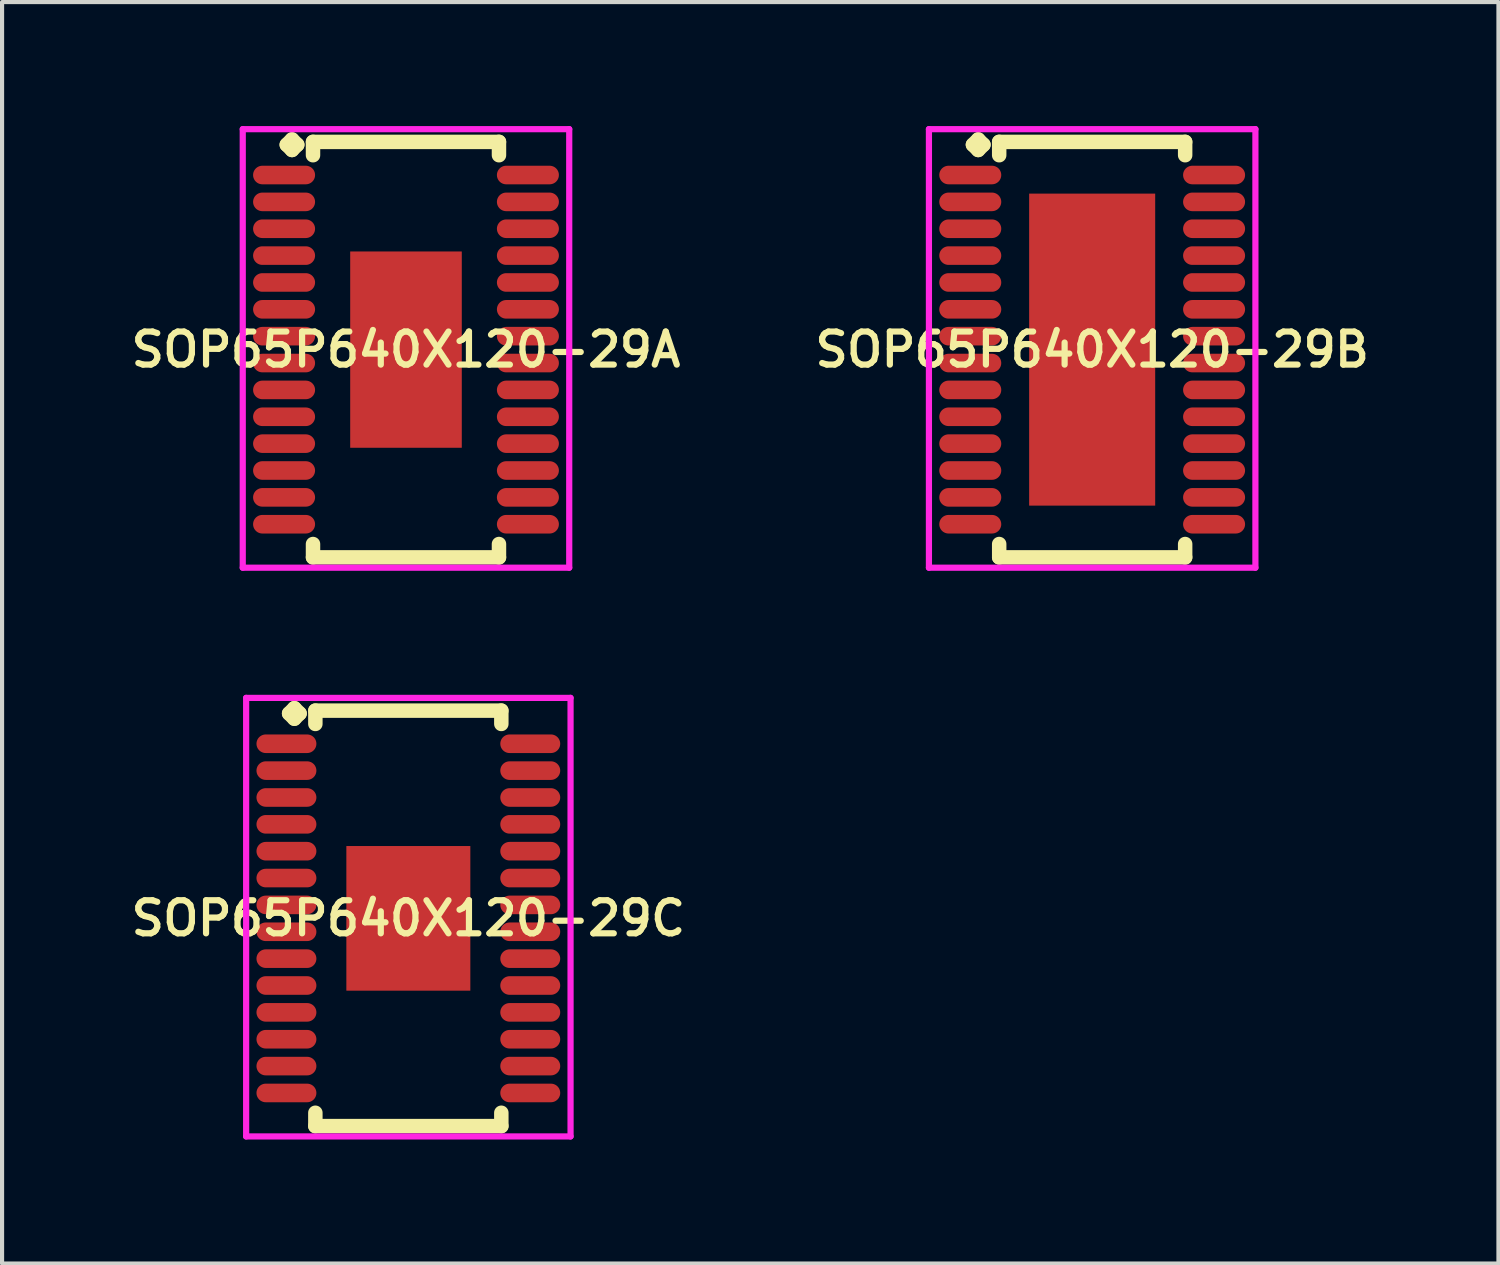
<source format=kicad_pcb>
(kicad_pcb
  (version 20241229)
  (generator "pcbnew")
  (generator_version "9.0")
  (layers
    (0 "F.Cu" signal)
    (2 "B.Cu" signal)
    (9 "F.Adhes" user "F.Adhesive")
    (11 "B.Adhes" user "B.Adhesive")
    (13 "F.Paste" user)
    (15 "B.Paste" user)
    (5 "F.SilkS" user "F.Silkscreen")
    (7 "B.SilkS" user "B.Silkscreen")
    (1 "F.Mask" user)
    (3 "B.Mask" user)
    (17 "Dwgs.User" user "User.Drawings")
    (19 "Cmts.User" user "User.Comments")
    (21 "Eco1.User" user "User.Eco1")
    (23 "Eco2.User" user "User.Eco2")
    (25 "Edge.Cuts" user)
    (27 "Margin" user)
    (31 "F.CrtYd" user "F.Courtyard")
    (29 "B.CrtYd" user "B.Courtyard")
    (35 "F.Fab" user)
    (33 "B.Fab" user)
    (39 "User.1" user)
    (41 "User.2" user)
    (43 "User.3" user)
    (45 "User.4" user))
  (footprint "SOP65P640X120-29B"
    (layer "F.Cu")
    (at 23.378 5.41)
    (property "Reference" "SOP65P640X120-29B" (at 0 0 0) (layer "F.SilkS") (effects (font (size 0.8 0.8) (thickness 0.15))))
    (attr smd)
    (fp_line (start -2.885 -4.958) (end -2.758 -5.085) (stroke (width 0.35) (type solid)) (layer "F.SilkS"))
    (fp_line (start -2.758 -5.085) (end -2.631 -4.958) (stroke (width 0.35) (type solid)) (layer "F.SilkS"))
    (fp_line (start -2.758 -4.831) (end -2.885 -4.958) (stroke (width 0.35) (type solid)) (layer "F.SilkS"))
    (fp_line (start -2.631 -4.958) (end -2.758 -4.831) (stroke (width 0.35) (type solid)) (layer "F.SilkS"))
    (fp_line (start -2.25 -5.027) (end 2.25 -5.027) (stroke (width 0.35) (type solid)) (layer "F.SilkS"))
    (fp_line (start -2.25 -4.704) (end -2.25 -5.027) (stroke (width 0.35) (type solid)) (layer "F.SilkS"))
    (fp_line (start -2.25 4.704) (end -2.25 5.027) (stroke (width 0.35) (type solid)) (layer "F.SilkS"))
    (fp_line (start -2.25 5.027) (end 2.25 5.027) (stroke (width 0.35) (type solid)) (layer "F.SilkS"))
    (fp_line (start 2.25 -5.027) (end 2.25 -4.704) (stroke (width 0.35) (type solid)) (layer "F.SilkS"))
    (fp_line (start 2.25 5.027) (end 2.25 4.704) (stroke (width 0.35) (type solid)) (layer "F.SilkS"))
    (fp_line (start -3.95 -5.335) (end 3.95 -5.335) (stroke (width 0.15) (type solid)) (layer "F.CrtYd"))
    (fp_line (start -3.95 5.277) (end -3.95 -5.335) (stroke (width 0.15) (type solid)) (layer "F.CrtYd"))
    (fp_line (start 3.95 -5.335) (end 3.95 5.277) (stroke (width 0.15) (type solid)) (layer "F.CrtYd"))
    (fp_line (start 3.95 5.277) (end -3.95 5.277) (stroke (width 0.15) (type solid)) (layer "F.CrtYd"))
    (pad "1" smd oval (at -2.95 -4.225) (size 1.5 0.45) (layers "F.Cu" "F.Mask" "F.Paste"))
    (pad "2" smd oval (at -2.95 -3.575) (size 1.5 0.45) (layers "F.Cu" "F.Mask" "F.Paste"))
    (pad "3" smd oval (at -2.95 -2.925) (size 1.5 0.45) (layers "F.Cu" "F.Mask" "F.Paste"))
    (pad "4" smd oval (at -2.95 -2.275) (size 1.5 0.45) (layers "F.Cu" "F.Mask" "F.Paste"))
    (pad "5" smd oval (at -2.95 -1.625) (size 1.5 0.45) (layers "F.Cu" "F.Mask" "F.Paste"))
    (pad "6" smd oval (at -2.95 -0.975) (size 1.5 0.45) (layers "F.Cu" "F.Mask" "F.Paste"))
    (pad "7" smd oval (at -2.95 -0.325) (size 1.5 0.45) (layers "F.Cu" "F.Mask" "F.Paste"))
    (pad "8" smd oval (at -2.95 0.325) (size 1.5 0.45) (layers "F.Cu" "F.Mask" "F.Paste"))
    (pad "9" smd oval (at -2.95 0.975) (size 1.5 0.45) (layers "F.Cu" "F.Mask" "F.Paste"))
    (pad "10" smd oval (at -2.95 1.625) (size 1.5 0.45) (layers "F.Cu" "F.Mask" "F.Paste"))
    (pad "11" smd oval (at -2.95 2.275) (size 1.5 0.45) (layers "F.Cu" "F.Mask" "F.Paste"))
    (pad "12" smd oval (at -2.95 2.925) (size 1.5 0.45) (layers "F.Cu" "F.Mask" "F.Paste"))
    (pad "13" smd oval (at -2.95 3.575) (size 1.5 0.45) (layers "F.Cu" "F.Mask" "F.Paste"))
    (pad "14" smd oval (at -2.95 4.225) (size 1.5 0.45) (layers "F.Cu" "F.Mask" "F.Paste"))
    (pad "15" smd oval (at 2.95 4.225) (size 1.5 0.45) (layers "F.Cu" "F.Mask" "F.Paste"))
    (pad "16" smd oval (at 2.95 3.575) (size 1.5 0.45) (layers "F.Cu" "F.Mask" "F.Paste"))
    (pad "17" smd oval (at 2.95 2.925) (size 1.5 0.45) (layers "F.Cu" "F.Mask" "F.Paste"))
    (pad "18" smd oval (at 2.95 2.275) (size 1.5 0.45) (layers "F.Cu" "F.Mask" "F.Paste"))
    (pad "19" smd oval (at 2.95 1.625) (size 1.5 0.45) (layers "F.Cu" "F.Mask" "F.Paste"))
    (pad "20" smd oval (at 2.95 0.975) (size 1.5 0.45) (layers "F.Cu" "F.Mask" "F.Paste"))
    (pad "21" smd oval (at 2.95 0.325) (size 1.5 0.45) (layers "F.Cu" "F.Mask" "F.Paste"))
    (pad "22" smd oval (at 2.95 -0.325) (size 1.5 0.45) (layers "F.Cu" "F.Mask" "F.Paste"))
    (pad "23" smd oval (at 2.95 -0.975) (size 1.5 0.45) (layers "F.Cu" "F.Mask" "F.Paste"))
    (pad "24" smd oval (at 2.95 -1.625) (size 1.5 0.45) (layers "F.Cu" "F.Mask" "F.Paste"))
    (pad "25" smd oval (at 2.95 -2.275) (size 1.5 0.45) (layers "F.Cu" "F.Mask" "F.Paste"))
    (pad "26" smd oval (at 2.95 -2.925) (size 1.5 0.45) (layers "F.Cu" "F.Mask" "F.Paste"))
    (pad "27" smd oval (at 2.95 -3.575) (size 1.5 0.45) (layers "F.Cu" "F.Mask" "F.Paste"))
    (pad "28" smd oval (at 2.95 -4.225) (size 1.5 0.45) (layers "F.Cu" "F.Mask" "F.Paste"))
    (pad "29" smd rect (at 0 0) (size 3.05 7.55) (layers "F.Cu" "F.Mask" "F.Paste")))
  (footprint "SOP65P640X120-29A"
    (layer "F.Cu")
    (at 6.774 5.41)
    (property "Reference" "SOP65P640X120-29A" (at 0 0 0) (layer "F.SilkS") (effects (font (size 0.8 0.8) (thickness 0.15))))
    (attr smd)
    (fp_line (start -2.885 -4.958) (end -2.758 -5.085) (stroke (width 0.35) (type solid)) (layer "F.SilkS"))
    (fp_line (start -2.758 -5.085) (end -2.631 -4.958) (stroke (width 0.35) (type solid)) (layer "F.SilkS"))
    (fp_line (start -2.758 -4.831) (end -2.885 -4.958) (stroke (width 0.35) (type solid)) (layer "F.SilkS"))
    (fp_line (start -2.631 -4.958) (end -2.758 -4.831) (stroke (width 0.35) (type solid)) (layer "F.SilkS"))
    (fp_line (start -2.25 -5.027) (end 2.25 -5.027) (stroke (width 0.35) (type solid)) (layer "F.SilkS"))
    (fp_line (start -2.25 -4.704) (end -2.25 -5.027) (stroke (width 0.35) (type solid)) (layer "F.SilkS"))
    (fp_line (start -2.25 4.704) (end -2.25 5.027) (stroke (width 0.35) (type solid)) (layer "F.SilkS"))
    (fp_line (start -2.25 5.027) (end 2.25 5.027) (stroke (width 0.35) (type solid)) (layer "F.SilkS"))
    (fp_line (start 2.25 -5.027) (end 2.25 -4.704) (stroke (width 0.35) (type solid)) (layer "F.SilkS"))
    (fp_line (start 2.25 5.027) (end 2.25 4.704) (stroke (width 0.35) (type solid)) (layer "F.SilkS"))
    (fp_line (start -3.95 -5.335) (end 3.95 -5.335) (stroke (width 0.15) (type solid)) (layer "F.CrtYd"))
    (fp_line (start -3.95 5.277) (end -3.95 -5.335) (stroke (width 0.15) (type solid)) (layer "F.CrtYd"))
    (fp_line (start 3.95 -5.335) (end 3.95 5.277) (stroke (width 0.15) (type solid)) (layer "F.CrtYd"))
    (fp_line (start 3.95 5.277) (end -3.95 5.277) (stroke (width 0.15) (type solid)) (layer "F.CrtYd"))
    (pad "1" smd oval (at -2.95 -4.225) (size 1.5 0.45) (layers "F.Cu" "F.Mask" "F.Paste"))
    (pad "2" smd oval (at -2.95 -3.575) (size 1.5 0.45) (layers "F.Cu" "F.Mask" "F.Paste"))
    (pad "3" smd oval (at -2.95 -2.925) (size 1.5 0.45) (layers "F.Cu" "F.Mask" "F.Paste"))
    (pad "4" smd oval (at -2.95 -2.275) (size 1.5 0.45) (layers "F.Cu" "F.Mask" "F.Paste"))
    (pad "5" smd oval (at -2.95 -1.625) (size 1.5 0.45) (layers "F.Cu" "F.Mask" "F.Paste"))
    (pad "6" smd oval (at -2.95 -0.975) (size 1.5 0.45) (layers "F.Cu" "F.Mask" "F.Paste"))
    (pad "7" smd oval (at -2.95 -0.325) (size 1.5 0.45) (layers "F.Cu" "F.Mask" "F.Paste"))
    (pad "8" smd oval (at -2.95 0.325) (size 1.5 0.45) (layers "F.Cu" "F.Mask" "F.Paste"))
    (pad "9" smd oval (at -2.95 0.975) (size 1.5 0.45) (layers "F.Cu" "F.Mask" "F.Paste"))
    (pad "10" smd oval (at -2.95 1.625) (size 1.5 0.45) (layers "F.Cu" "F.Mask" "F.Paste"))
    (pad "11" smd oval (at -2.95 2.275) (size 1.5 0.45) (layers "F.Cu" "F.Mask" "F.Paste"))
    (pad "12" smd oval (at -2.95 2.925) (size 1.5 0.45) (layers "F.Cu" "F.Mask" "F.Paste"))
    (pad "13" smd oval (at -2.95 3.575) (size 1.5 0.45) (layers "F.Cu" "F.Mask" "F.Paste"))
    (pad "14" smd oval (at -2.95 4.225) (size 1.5 0.45) (layers "F.Cu" "F.Mask" "F.Paste"))
    (pad "15" smd oval (at 2.95 4.225) (size 1.5 0.45) (layers "F.Cu" "F.Mask" "F.Paste"))
    (pad "16" smd oval (at 2.95 3.575) (size 1.5 0.45) (layers "F.Cu" "F.Mask" "F.Paste"))
    (pad "17" smd oval (at 2.95 2.925) (size 1.5 0.45) (layers "F.Cu" "F.Mask" "F.Paste"))
    (pad "18" smd oval (at 2.95 2.275) (size 1.5 0.45) (layers "F.Cu" "F.Mask" "F.Paste"))
    (pad "19" smd oval (at 2.95 1.625) (size 1.5 0.45) (layers "F.Cu" "F.Mask" "F.Paste"))
    (pad "20" smd oval (at 2.95 0.975) (size 1.5 0.45) (layers "F.Cu" "F.Mask" "F.Paste"))
    (pad "21" smd oval (at 2.95 0.325) (size 1.5 0.45) (layers "F.Cu" "F.Mask" "F.Paste"))
    (pad "22" smd oval (at 2.95 -0.325) (size 1.5 0.45) (layers "F.Cu" "F.Mask" "F.Paste"))
    (pad "23" smd oval (at 2.95 -0.975) (size 1.5 0.45) (layers "F.Cu" "F.Mask" "F.Paste"))
    (pad "24" smd oval (at 2.95 -1.625) (size 1.5 0.45) (layers "F.Cu" "F.Mask" "F.Paste"))
    (pad "25" smd oval (at 2.95 -2.275) (size 1.5 0.45) (layers "F.Cu" "F.Mask" "F.Paste"))
    (pad "26" smd oval (at 2.95 -2.925) (size 1.5 0.45) (layers "F.Cu" "F.Mask" "F.Paste"))
    (pad "27" smd oval (at 2.95 -3.575) (size 1.5 0.45) (layers "F.Cu" "F.Mask" "F.Paste"))
    (pad "28" smd oval (at 2.95 -4.225) (size 1.5 0.45) (layers "F.Cu" "F.Mask" "F.Paste"))
    (pad "29" smd rect (at 0 0) (size 2.7 4.75) (layers "F.Cu" "F.Mask" "F.Paste")))
  (footprint "SOP65P640X120-29C"
    (layer "F.Cu")
    (at 6.831 19.172)
    (property "Reference" "SOP65P640X120-29C" (at 0 0 0) (layer "F.SilkS") (effects (font (size 0.8 0.8) (thickness 0.15))))
    (attr smd)
    (fp_line (start -2.885 -4.958) (end -2.758 -5.085) (stroke (width 0.35) (type solid)) (layer "F.SilkS"))
    (fp_line (start -2.758 -5.085) (end -2.631 -4.958) (stroke (width 0.35) (type solid)) (layer "F.SilkS"))
    (fp_line (start -2.758 -4.831) (end -2.885 -4.958) (stroke (width 0.35) (type solid)) (layer "F.SilkS"))
    (fp_line (start -2.631 -4.958) (end -2.758 -4.831) (stroke (width 0.35) (type solid)) (layer "F.SilkS"))
    (fp_line (start -2.25 -5.027) (end 2.25 -5.027) (stroke (width 0.35) (type solid)) (layer "F.SilkS"))
    (fp_line (start -2.25 -4.704) (end -2.25 -5.027) (stroke (width 0.35) (type solid)) (layer "F.SilkS"))
    (fp_line (start -2.25 4.704) (end -2.25 5.027) (stroke (width 0.35) (type solid)) (layer "F.SilkS"))
    (fp_line (start -2.25 5.027) (end 2.25 5.027) (stroke (width 0.35) (type solid)) (layer "F.SilkS"))
    (fp_line (start 2.25 -5.027) (end 2.25 -4.704) (stroke (width 0.35) (type solid)) (layer "F.SilkS"))
    (fp_line (start 2.25 5.027) (end 2.25 4.704) (stroke (width 0.35) (type solid)) (layer "F.SilkS"))
    (fp_line (start -3.925 -5.335) (end 3.925 -5.335) (stroke (width 0.15) (type solid)) (layer "F.CrtYd"))
    (fp_line (start -3.925 5.277) (end -3.925 -5.335) (stroke (width 0.15) (type solid)) (layer "F.CrtYd"))
    (fp_line (start 3.925 -5.335) (end 3.925 5.277) (stroke (width 0.15) (type solid)) (layer "F.CrtYd"))
    (fp_line (start 3.925 5.277) (end -3.925 5.277) (stroke (width 0.15) (type solid)) (layer "F.CrtYd"))
    (pad "1" smd oval (at -2.95 -4.225) (size 1.45 0.45) (layers "F.Cu" "F.Mask" "F.Paste"))
    (pad "2" smd oval (at -2.95 -3.575) (size 1.45 0.45) (layers "F.Cu" "F.Mask" "F.Paste"))
    (pad "3" smd oval (at -2.95 -2.925) (size 1.45 0.45) (layers "F.Cu" "F.Mask" "F.Paste"))
    (pad "4" smd oval (at -2.95 -2.275) (size 1.45 0.45) (layers "F.Cu" "F.Mask" "F.Paste"))
    (pad "5" smd oval (at -2.95 -1.625) (size 1.45 0.45) (layers "F.Cu" "F.Mask" "F.Paste"))
    (pad "6" smd oval (at -2.95 -0.975) (size 1.45 0.45) (layers "F.Cu" "F.Mask" "F.Paste"))
    (pad "7" smd oval (at -2.95 -0.325) (size 1.45 0.45) (layers "F.Cu" "F.Mask" "F.Paste"))
    (pad "8" smd oval (at -2.95 0.325) (size 1.45 0.45) (layers "F.Cu" "F.Mask" "F.Paste"))
    (pad "9" smd oval (at -2.95 0.975) (size 1.45 0.45) (layers "F.Cu" "F.Mask" "F.Paste"))
    (pad "10" smd oval (at -2.95 1.625) (size 1.45 0.45) (layers "F.Cu" "F.Mask" "F.Paste"))
    (pad "11" smd oval (at -2.95 2.275) (size 1.45 0.45) (layers "F.Cu" "F.Mask" "F.Paste"))
    (pad "12" smd oval (at -2.95 2.925) (size 1.45 0.45) (layers "F.Cu" "F.Mask" "F.Paste"))
    (pad "13" smd oval (at -2.95 3.575) (size 1.45 0.45) (layers "F.Cu" "F.Mask" "F.Paste"))
    (pad "14" smd oval (at -2.95 4.225) (size 1.45 0.45) (layers "F.Cu" "F.Mask" "F.Paste"))
    (pad "15" smd oval (at 2.95 4.225) (size 1.45 0.45) (layers "F.Cu" "F.Mask" "F.Paste"))
    (pad "16" smd oval (at 2.95 3.575) (size 1.45 0.45) (layers "F.Cu" "F.Mask" "F.Paste"))
    (pad "17" smd oval (at 2.95 2.925) (size 1.45 0.45) (layers "F.Cu" "F.Mask" "F.Paste"))
    (pad "18" smd oval (at 2.95 2.275) (size 1.45 0.45) (layers "F.Cu" "F.Mask" "F.Paste"))
    (pad "19" smd oval (at 2.95 1.625) (size 1.45 0.45) (layers "F.Cu" "F.Mask" "F.Paste"))
    (pad "20" smd oval (at 2.95 0.975) (size 1.45 0.45) (layers "F.Cu" "F.Mask" "F.Paste"))
    (pad "21" smd oval (at 2.95 0.325) (size 1.45 0.45) (layers "F.Cu" "F.Mask" "F.Paste"))
    (pad "22" smd oval (at 2.95 -0.325) (size 1.45 0.45) (layers "F.Cu" "F.Mask" "F.Paste"))
    (pad "23" smd oval (at 2.95 -0.975) (size 1.45 0.45) (layers "F.Cu" "F.Mask" "F.Paste"))
    (pad "24" smd oval (at 2.95 -1.625) (size 1.45 0.45) (layers "F.Cu" "F.Mask" "F.Paste"))
    (pad "25" smd oval (at 2.95 -2.275) (size 1.45 0.45) (layers "F.Cu" "F.Mask" "F.Paste"))
    (pad "26" smd oval (at 2.95 -2.925) (size 1.45 0.45) (layers "F.Cu" "F.Mask" "F.Paste"))
    (pad "27" smd oval (at 2.95 -3.575) (size 1.45 0.45) (layers "F.Cu" "F.Mask" "F.Paste"))
    (pad "28" smd oval (at 2.95 -4.225) (size 1.45 0.45) (layers "F.Cu" "F.Mask" "F.Paste"))
    (pad "29" smd rect (at 0 0) (size 3 3.5) (layers "F.Cu" "F.Mask" "F.Paste")))
  (gr_rect
    (start -3 -3)
    (end 33.209 27.524)
    (stroke (width 0.1) (type default))
    (fill no)
    (layer "Edge.Cuts")))
</source>
